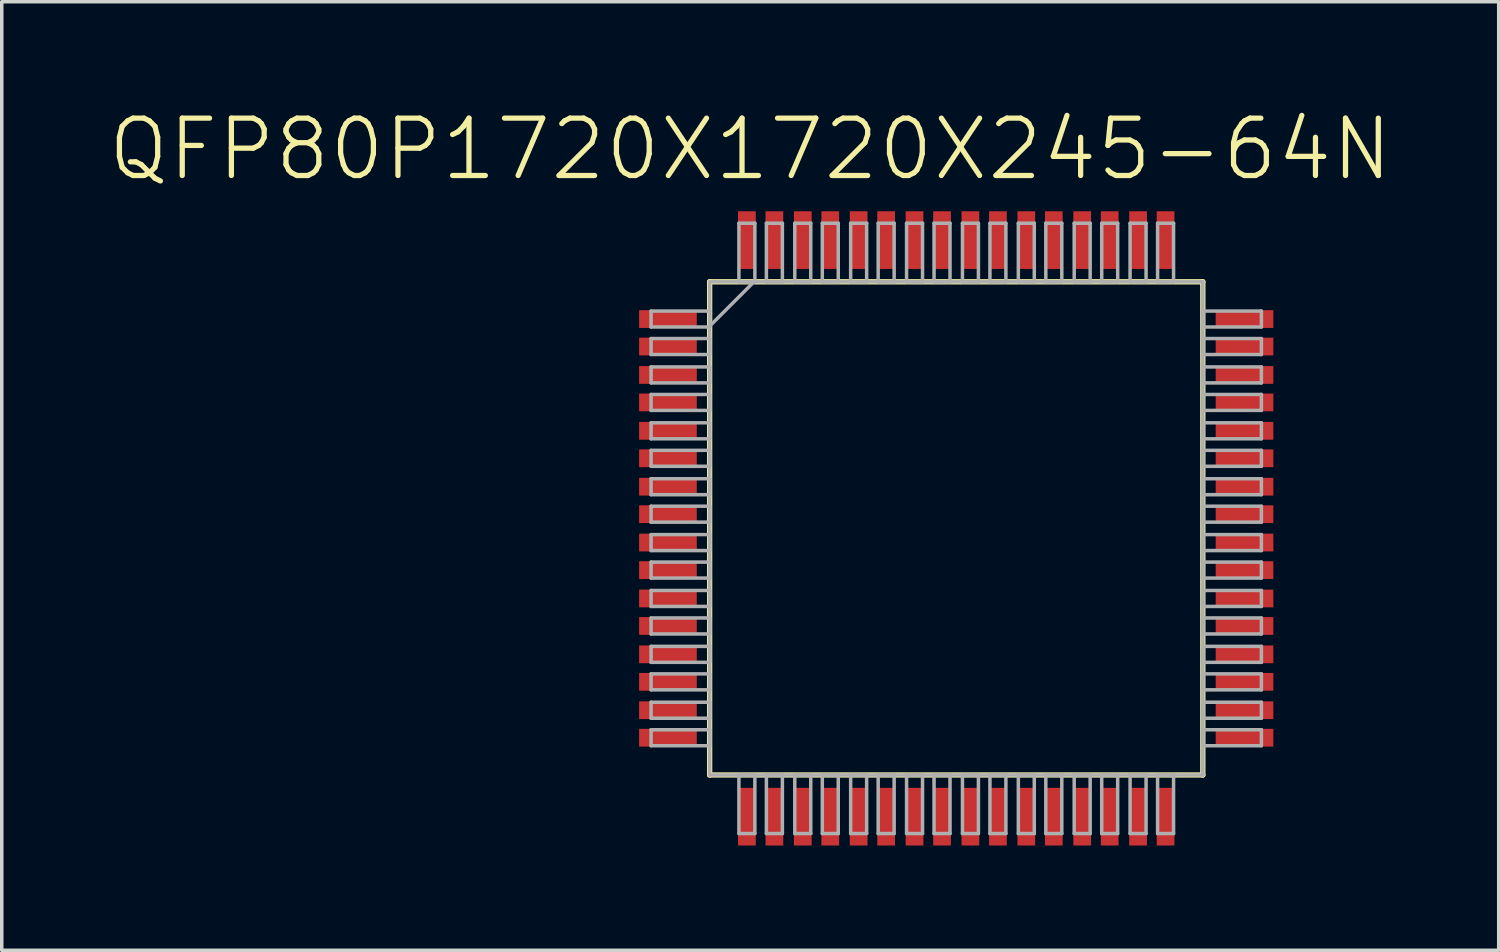
<source format=kicad_pcb>
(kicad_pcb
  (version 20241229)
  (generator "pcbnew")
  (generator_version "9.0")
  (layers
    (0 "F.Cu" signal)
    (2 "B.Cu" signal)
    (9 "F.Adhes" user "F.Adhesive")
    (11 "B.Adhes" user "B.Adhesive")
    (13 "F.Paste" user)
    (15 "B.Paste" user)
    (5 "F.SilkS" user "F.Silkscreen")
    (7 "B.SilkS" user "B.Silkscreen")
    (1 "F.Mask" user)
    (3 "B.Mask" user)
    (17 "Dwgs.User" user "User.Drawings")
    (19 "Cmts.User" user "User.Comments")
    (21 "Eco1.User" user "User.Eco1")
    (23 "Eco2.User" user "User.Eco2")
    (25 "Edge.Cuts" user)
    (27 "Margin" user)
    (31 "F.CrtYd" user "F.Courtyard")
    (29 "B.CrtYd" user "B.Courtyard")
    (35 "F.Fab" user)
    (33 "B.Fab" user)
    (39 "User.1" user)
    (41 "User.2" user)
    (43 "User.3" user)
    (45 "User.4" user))
  (footprint "QFP80P1720X1720X245-64N"
    (layer "F.Cu")
    (at 24.331 12.08)
    (property "Reference" "QFP80P1720X1720X245-64N" (at -5.899 -10.857 0) (layer "F.SilkS") (effects (font (size 1.642 1.642) (thickness 0.15))))
    (attr smd)
    (fp_line (start -7.061 -7.061) (end -7.061 7.061) (stroke (width 0.152) (type solid)) (layer "F.SilkS"))
    (fp_line (start -7.061 7.061) (end 7.061 7.061) (stroke (width 0.152) (type solid)) (layer "F.SilkS"))
    (fp_line (start 7.061 -7.061) (end -7.061 -7.061) (stroke (width 0.152) (type solid)) (layer "F.SilkS"))
    (fp_line (start 7.061 7.061) (end 7.061 -7.061) (stroke (width 0.152) (type solid)) (layer "F.SilkS"))
    (fp_line (start -8.738 -6.223) (end -8.738 -5.766) (stroke (width 0.1) (type solid)) (layer "F.Fab"))
    (fp_line (start -8.738 -5.766) (end -7.061 -5.766) (stroke (width 0.1) (type solid)) (layer "F.Fab"))
    (fp_line (start -8.738 -5.436) (end -8.738 -4.978) (stroke (width 0.1) (type solid)) (layer "F.Fab"))
    (fp_line (start -8.738 -4.978) (end -7.061 -4.978) (stroke (width 0.1) (type solid)) (layer "F.Fab"))
    (fp_line (start -8.738 -4.623) (end -8.738 -4.166) (stroke (width 0.1) (type solid)) (layer "F.Fab"))
    (fp_line (start -8.738 -4.166) (end -7.061 -4.166) (stroke (width 0.1) (type solid)) (layer "F.Fab"))
    (fp_line (start -8.738 -3.835) (end -8.738 -3.378) (stroke (width 0.1) (type solid)) (layer "F.Fab"))
    (fp_line (start -8.738 -3.378) (end -7.061 -3.378) (stroke (width 0.1) (type solid)) (layer "F.Fab"))
    (fp_line (start -8.738 -3.023) (end -8.738 -2.565) (stroke (width 0.1) (type solid)) (layer "F.Fab"))
    (fp_line (start -8.738 -2.565) (end -7.061 -2.565) (stroke (width 0.1) (type solid)) (layer "F.Fab"))
    (fp_line (start -8.738 -2.235) (end -8.738 -1.778) (stroke (width 0.1) (type solid)) (layer "F.Fab"))
    (fp_line (start -8.738 -1.778) (end -7.061 -1.778) (stroke (width 0.1) (type solid)) (layer "F.Fab"))
    (fp_line (start -8.738 -1.422) (end -8.738 -0.965) (stroke (width 0.1) (type solid)) (layer "F.Fab"))
    (fp_line (start -8.738 -0.965) (end -7.061 -0.965) (stroke (width 0.1) (type solid)) (layer "F.Fab"))
    (fp_line (start -8.738 -0.635) (end -8.738 -0.178) (stroke (width 0.1) (type solid)) (layer "F.Fab"))
    (fp_line (start -8.738 -0.178) (end -7.061 -0.178) (stroke (width 0.1) (type solid)) (layer "F.Fab"))
    (fp_line (start -8.738 0.178) (end -8.738 0.635) (stroke (width 0.1) (type solid)) (layer "F.Fab"))
    (fp_line (start -8.738 0.635) (end -7.061 0.635) (stroke (width 0.1) (type solid)) (layer "F.Fab"))
    (fp_line (start -8.738 0.965) (end -8.738 1.422) (stroke (width 0.1) (type solid)) (layer "F.Fab"))
    (fp_line (start -8.738 1.422) (end -7.061 1.422) (stroke (width 0.1) (type solid)) (layer "F.Fab"))
    (fp_line (start -8.738 1.778) (end -8.738 2.235) (stroke (width 0.1) (type solid)) (layer "F.Fab"))
    (fp_line (start -8.738 2.235) (end -7.061 2.235) (stroke (width 0.1) (type solid)) (layer "F.Fab"))
    (fp_line (start -8.738 2.565) (end -8.738 3.023) (stroke (width 0.1) (type solid)) (layer "F.Fab"))
    (fp_line (start -8.738 3.023) (end -7.061 3.023) (stroke (width 0.1) (type solid)) (layer "F.Fab"))
    (fp_line (start -8.738 3.378) (end -8.738 3.835) (stroke (width 0.1) (type solid)) (layer "F.Fab"))
    (fp_line (start -8.738 3.835) (end -7.061 3.835) (stroke (width 0.1) (type solid)) (layer "F.Fab"))
    (fp_line (start -8.738 4.166) (end -8.738 4.623) (stroke (width 0.1) (type solid)) (layer "F.Fab"))
    (fp_line (start -8.738 4.623) (end -7.061 4.623) (stroke (width 0.1) (type solid)) (layer "F.Fab"))
    (fp_line (start -8.738 4.978) (end -8.738 5.436) (stroke (width 0.1) (type solid)) (layer "F.Fab"))
    (fp_line (start -8.738 5.436) (end -7.061 5.436) (stroke (width 0.1) (type solid)) (layer "F.Fab"))
    (fp_line (start -8.738 5.766) (end -8.738 6.223) (stroke (width 0.1) (type solid)) (layer "F.Fab"))
    (fp_line (start -8.738 6.223) (end -7.061 6.223) (stroke (width 0.1) (type solid)) (layer "F.Fab"))
    (fp_line (start -7.061 -7.061) (end -7.061 7.061) (stroke (width 0.1) (type solid)) (layer "F.Fab"))
    (fp_line (start -7.061 -6.223) (end -8.738 -6.223) (stroke (width 0.1) (type solid)) (layer "F.Fab"))
    (fp_line (start -7.061 -5.791) (end -7.061 -6.223) (stroke (width 0.1) (type solid)) (layer "F.Fab"))
    (fp_line (start -7.061 -5.791) (end -5.791 -7.061) (stroke (width 0.1) (type solid)) (layer "F.Fab"))
    (fp_line (start -7.061 -5.766) (end -7.061 -5.791) (stroke (width 0.1) (type solid)) (layer "F.Fab"))
    (fp_line (start -7.061 -5.436) (end -8.738 -5.436) (stroke (width 0.1) (type solid)) (layer "F.Fab"))
    (fp_line (start -7.061 -4.978) (end -7.061 -5.436) (stroke (width 0.1) (type solid)) (layer "F.Fab"))
    (fp_line (start -7.061 -4.623) (end -8.738 -4.623) (stroke (width 0.1) (type solid)) (layer "F.Fab"))
    (fp_line (start -7.061 -4.166) (end -7.061 -4.623) (stroke (width 0.1) (type solid)) (layer "F.Fab"))
    (fp_line (start -7.061 -3.835) (end -8.738 -3.835) (stroke (width 0.1) (type solid)) (layer "F.Fab"))
    (fp_line (start -7.061 -3.378) (end -7.061 -3.835) (stroke (width 0.1) (type solid)) (layer "F.Fab"))
    (fp_line (start -7.061 -3.023) (end -8.738 -3.023) (stroke (width 0.1) (type solid)) (layer "F.Fab"))
    (fp_line (start -7.061 -2.565) (end -7.061 -3.023) (stroke (width 0.1) (type solid)) (layer "F.Fab"))
    (fp_line (start -7.061 -2.235) (end -8.738 -2.235) (stroke (width 0.1) (type solid)) (layer "F.Fab"))
    (fp_line (start -7.061 -1.778) (end -7.061 -2.235) (stroke (width 0.1) (type solid)) (layer "F.Fab"))
    (fp_line (start -7.061 -1.422) (end -8.738 -1.422) (stroke (width 0.1) (type solid)) (layer "F.Fab"))
    (fp_line (start -7.061 -0.965) (end -7.061 -1.422) (stroke (width 0.1) (type solid)) (layer "F.Fab"))
    (fp_line (start -7.061 -0.635) (end -8.738 -0.635) (stroke (width 0.1) (type solid)) (layer "F.Fab"))
    (fp_line (start -7.061 -0.178) (end -7.061 -0.635) (stroke (width 0.1) (type solid)) (layer "F.Fab"))
    (fp_line (start -7.061 0.178) (end -8.738 0.178) (stroke (width 0.1) (type solid)) (layer "F.Fab"))
    (fp_line (start -7.061 0.635) (end -7.061 0.178) (stroke (width 0.1) (type solid)) (layer "F.Fab"))
    (fp_line (start -7.061 0.965) (end -8.738 0.965) (stroke (width 0.1) (type solid)) (layer "F.Fab"))
    (fp_line (start -7.061 1.422) (end -7.061 0.965) (stroke (width 0.1) (type solid)) (layer "F.Fab"))
    (fp_line (start -7.061 1.778) (end -8.738 1.778) (stroke (width 0.1) (type solid)) (layer "F.Fab"))
    (fp_line (start -7.061 2.235) (end -7.061 1.778) (stroke (width 0.1) (type solid)) (layer "F.Fab"))
    (fp_line (start -7.061 2.565) (end -8.738 2.565) (stroke (width 0.1) (type solid)) (layer "F.Fab"))
    (fp_line (start -7.061 3.023) (end -7.061 2.565) (stroke (width 0.1) (type solid)) (layer "F.Fab"))
    (fp_line (start -7.061 3.378) (end -8.738 3.378) (stroke (width 0.1) (type solid)) (layer "F.Fab"))
    (fp_line (start -7.061 3.835) (end -7.061 3.378) (stroke (width 0.1) (type solid)) (layer "F.Fab"))
    (fp_line (start -7.061 4.166) (end -8.738 4.166) (stroke (width 0.1) (type solid)) (layer "F.Fab"))
    (fp_line (start -7.061 4.623) (end -7.061 4.166) (stroke (width 0.1) (type solid)) (layer "F.Fab"))
    (fp_line (start -7.061 4.978) (end -8.738 4.978) (stroke (width 0.1) (type solid)) (layer "F.Fab"))
    (fp_line (start -7.061 5.436) (end -7.061 4.978) (stroke (width 0.1) (type solid)) (layer "F.Fab"))
    (fp_line (start -7.061 5.766) (end -8.738 5.766) (stroke (width 0.1) (type solid)) (layer "F.Fab"))
    (fp_line (start -7.061 6.223) (end -7.061 5.766) (stroke (width 0.1) (type solid)) (layer "F.Fab"))
    (fp_line (start -7.061 7.061) (end 7.061 7.061) (stroke (width 0.1) (type solid)) (layer "F.Fab"))
    (fp_line (start -6.223 -8.738) (end -6.223 -7.061) (stroke (width 0.1) (type solid)) (layer "F.Fab"))
    (fp_line (start -6.223 -7.061) (end -5.791 -7.061) (stroke (width 0.1) (type solid)) (layer "F.Fab"))
    (fp_line (start -6.223 7.061) (end -6.223 8.738) (stroke (width 0.1) (type solid)) (layer "F.Fab"))
    (fp_line (start -6.223 8.738) (end -5.766 8.738) (stroke (width 0.1) (type solid)) (layer "F.Fab"))
    (fp_line (start -5.791 -7.061) (end -5.766 -7.061) (stroke (width 0.1) (type solid)) (layer "F.Fab"))
    (fp_line (start -5.766 -8.738) (end -6.223 -8.738) (stroke (width 0.1) (type solid)) (layer "F.Fab"))
    (fp_line (start -5.766 -7.061) (end -5.766 -8.738) (stroke (width 0.1) (type solid)) (layer "F.Fab"))
    (fp_line (start -5.766 7.061) (end -6.223 7.061) (stroke (width 0.1) (type solid)) (layer "F.Fab"))
    (fp_line (start -5.766 8.738) (end -5.766 7.061) (stroke (width 0.1) (type solid)) (layer "F.Fab"))
    (fp_line (start -5.436 -8.738) (end -5.436 -7.061) (stroke (width 0.1) (type solid)) (layer "F.Fab"))
    (fp_line (start -5.436 -7.061) (end -4.978 -7.061) (stroke (width 0.1) (type solid)) (layer "F.Fab"))
    (fp_line (start -5.436 7.061) (end -5.436 8.738) (stroke (width 0.1) (type solid)) (layer "F.Fab"))
    (fp_line (start -5.436 8.738) (end -4.978 8.738) (stroke (width 0.1) (type solid)) (layer "F.Fab"))
    (fp_line (start -4.978 -8.738) (end -5.436 -8.738) (stroke (width 0.1) (type solid)) (layer "F.Fab"))
    (fp_line (start -4.978 -7.061) (end -4.978 -8.738) (stroke (width 0.1) (type solid)) (layer "F.Fab"))
    (fp_line (start -4.978 7.061) (end -5.436 7.061) (stroke (width 0.1) (type solid)) (layer "F.Fab"))
    (fp_line (start -4.978 8.738) (end -4.978 7.061) (stroke (width 0.1) (type solid)) (layer "F.Fab"))
    (fp_line (start -4.623 -8.738) (end -4.623 -7.061) (stroke (width 0.1) (type solid)) (layer "F.Fab"))
    (fp_line (start -4.623 -7.061) (end -4.166 -7.061) (stroke (width 0.1) (type solid)) (layer "F.Fab"))
    (fp_line (start -4.623 7.061) (end -4.623 8.738) (stroke (width 0.1) (type solid)) (layer "F.Fab"))
    (fp_line (start -4.623 8.738) (end -4.166 8.738) (stroke (width 0.1) (type solid)) (layer "F.Fab"))
    (fp_line (start -4.166 -8.738) (end -4.623 -8.738) (stroke (width 0.1) (type solid)) (layer "F.Fab"))
    (fp_line (start -4.166 -7.061) (end -4.166 -8.738) (stroke (width 0.1) (type solid)) (layer "F.Fab"))
    (fp_line (start -4.166 7.061) (end -4.623 7.061) (stroke (width 0.1) (type solid)) (layer "F.Fab"))
    (fp_line (start -4.166 8.738) (end -4.166 7.061) (stroke (width 0.1) (type solid)) (layer "F.Fab"))
    (fp_line (start -3.835 -8.738) (end -3.835 -7.061) (stroke (width 0.1) (type solid)) (layer "F.Fab"))
    (fp_line (start -3.835 -7.061) (end -3.378 -7.061) (stroke (width 0.1) (type solid)) (layer "F.Fab"))
    (fp_line (start -3.835 7.061) (end -3.835 8.738) (stroke (width 0.1) (type solid)) (layer "F.Fab"))
    (fp_line (start -3.835 8.738) (end -3.378 8.738) (stroke (width 0.1) (type solid)) (layer "F.Fab"))
    (fp_line (start -3.378 -8.738) (end -3.835 -8.738) (stroke (width 0.1) (type solid)) (layer "F.Fab"))
    (fp_line (start -3.378 -7.061) (end -3.378 -8.738) (stroke (width 0.1) (type solid)) (layer "F.Fab"))
    (fp_line (start -3.378 7.061) (end -3.835 7.061) (stroke (width 0.1) (type solid)) (layer "F.Fab"))
    (fp_line (start -3.378 8.738) (end -3.378 7.061) (stroke (width 0.1) (type solid)) (layer "F.Fab"))
    (fp_line (start -3.023 -8.738) (end -3.023 -7.061) (stroke (width 0.1) (type solid)) (layer "F.Fab"))
    (fp_line (start -3.023 -7.061) (end -2.565 -7.061) (stroke (width 0.1) (type solid)) (layer "F.Fab"))
    (fp_line (start -3.023 7.061) (end -3.023 8.738) (stroke (width 0.1) (type solid)) (layer "F.Fab"))
    (fp_line (start -3.023 8.738) (end -2.565 8.738) (stroke (width 0.1) (type solid)) (layer "F.Fab"))
    (fp_line (start -2.565 -8.738) (end -3.023 -8.738) (stroke (width 0.1) (type solid)) (layer "F.Fab"))
    (fp_line (start -2.565 -7.061) (end -2.565 -8.738) (stroke (width 0.1) (type solid)) (layer "F.Fab"))
    (fp_line (start -2.565 7.061) (end -3.023 7.061) (stroke (width 0.1) (type solid)) (layer "F.Fab"))
    (fp_line (start -2.565 8.738) (end -2.565 7.061) (stroke (width 0.1) (type solid)) (layer "F.Fab"))
    (fp_line (start -2.235 -8.738) (end -2.235 -7.061) (stroke (width 0.1) (type solid)) (layer "F.Fab"))
    (fp_line (start -2.235 -7.061) (end -1.778 -7.061) (stroke (width 0.1) (type solid)) (layer "F.Fab"))
    (fp_line (start -2.235 7.061) (end -2.235 8.738) (stroke (width 0.1) (type solid)) (layer "F.Fab"))
    (fp_line (start -2.235 8.738) (end -1.778 8.738) (stroke (width 0.1) (type solid)) (layer "F.Fab"))
    (fp_line (start -1.778 -8.738) (end -2.235 -8.738) (stroke (width 0.1) (type solid)) (layer "F.Fab"))
    (fp_line (start -1.778 -7.061) (end -1.778 -8.738) (stroke (width 0.1) (type solid)) (layer "F.Fab"))
    (fp_line (start -1.778 7.061) (end -2.235 7.061) (stroke (width 0.1) (type solid)) (layer "F.Fab"))
    (fp_line (start -1.778 8.738) (end -1.778 7.061) (stroke (width 0.1) (type solid)) (layer "F.Fab"))
    (fp_line (start -1.422 -8.738) (end -1.422 -7.061) (stroke (width 0.1) (type solid)) (layer "F.Fab"))
    (fp_line (start -1.422 -7.061) (end -0.965 -7.061) (stroke (width 0.1) (type solid)) (layer "F.Fab"))
    (fp_line (start -1.422 7.061) (end -1.422 8.738) (stroke (width 0.1) (type solid)) (layer "F.Fab"))
    (fp_line (start -1.422 8.738) (end -0.965 8.738) (stroke (width 0.1) (type solid)) (layer "F.Fab"))
    (fp_line (start -0.965 -8.738) (end -1.422 -8.738) (stroke (width 0.1) (type solid)) (layer "F.Fab"))
    (fp_line (start -0.965 -7.061) (end -0.965 -8.738) (stroke (width 0.1) (type solid)) (layer "F.Fab"))
    (fp_line (start -0.965 7.061) (end -1.422 7.061) (stroke (width 0.1) (type solid)) (layer "F.Fab"))
    (fp_line (start -0.965 8.738) (end -0.965 7.061) (stroke (width 0.1) (type solid)) (layer "F.Fab"))
    (fp_line (start -0.635 -8.738) (end -0.635 -7.061) (stroke (width 0.1) (type solid)) (layer "F.Fab"))
    (fp_line (start -0.635 -7.061) (end -0.178 -7.061) (stroke (width 0.1) (type solid)) (layer "F.Fab"))
    (fp_line (start -0.635 7.061) (end -0.635 8.738) (stroke (width 0.1) (type solid)) (layer "F.Fab"))
    (fp_line (start -0.635 8.738) (end -0.178 8.738) (stroke (width 0.1) (type solid)) (layer "F.Fab"))
    (fp_line (start -0.178 -8.738) (end -0.635 -8.738) (stroke (width 0.1) (type solid)) (layer "F.Fab"))
    (fp_line (start -0.178 -7.061) (end -0.178 -8.738) (stroke (width 0.1) (type solid)) (layer "F.Fab"))
    (fp_line (start -0.178 7.061) (end -0.635 7.061) (stroke (width 0.1) (type solid)) (layer "F.Fab"))
    (fp_line (start -0.178 8.738) (end -0.178 7.061) (stroke (width 0.1) (type solid)) (layer "F.Fab"))
    (fp_line (start 0.178 -8.738) (end 0.178 -7.061) (stroke (width 0.1) (type solid)) (layer "F.Fab"))
    (fp_line (start 0.178 -7.061) (end 0.635 -7.061) (stroke (width 0.1) (type solid)) (layer "F.Fab"))
    (fp_line (start 0.178 7.061) (end 0.178 8.738) (stroke (width 0.1) (type solid)) (layer "F.Fab"))
    (fp_line (start 0.178 8.738) (end 0.635 8.738) (stroke (width 0.1) (type solid)) (layer "F.Fab"))
    (fp_line (start 0.635 -8.738) (end 0.178 -8.738) (stroke (width 0.1) (type solid)) (layer "F.Fab"))
    (fp_line (start 0.635 -7.061) (end 0.635 -8.738) (stroke (width 0.1) (type solid)) (layer "F.Fab"))
    (fp_line (start 0.635 7.061) (end 0.178 7.061) (stroke (width 0.1) (type solid)) (layer "F.Fab"))
    (fp_line (start 0.635 8.738) (end 0.635 7.061) (stroke (width 0.1) (type solid)) (layer "F.Fab"))
    (fp_line (start 0.965 -8.738) (end 0.965 -7.061) (stroke (width 0.1) (type solid)) (layer "F.Fab"))
    (fp_line (start 0.965 -7.061) (end 1.422 -7.061) (stroke (width 0.1) (type solid)) (layer "F.Fab"))
    (fp_line (start 0.965 7.061) (end 0.965 8.738) (stroke (width 0.1) (type solid)) (layer "F.Fab"))
    (fp_line (start 0.965 8.738) (end 1.422 8.738) (stroke (width 0.1) (type solid)) (layer "F.Fab"))
    (fp_line (start 1.422 -8.738) (end 0.965 -8.738) (stroke (width 0.1) (type solid)) (layer "F.Fab"))
    (fp_line (start 1.422 -7.061) (end 1.422 -8.738) (stroke (width 0.1) (type solid)) (layer "F.Fab"))
    (fp_line (start 1.422 7.061) (end 0.965 7.061) (stroke (width 0.1) (type solid)) (layer "F.Fab"))
    (fp_line (start 1.422 8.738) (end 1.422 7.061) (stroke (width 0.1) (type solid)) (layer "F.Fab"))
    (fp_line (start 1.778 -8.738) (end 1.778 -7.061) (stroke (width 0.1) (type solid)) (layer "F.Fab"))
    (fp_line (start 1.778 -7.061) (end 2.235 -7.061) (stroke (width 0.1) (type solid)) (layer "F.Fab"))
    (fp_line (start 1.778 7.061) (end 1.778 8.738) (stroke (width 0.1) (type solid)) (layer "F.Fab"))
    (fp_line (start 1.778 8.738) (end 2.235 8.738) (stroke (width 0.1) (type solid)) (layer "F.Fab"))
    (fp_line (start 2.235 -8.738) (end 1.778 -8.738) (stroke (width 0.1) (type solid)) (layer "F.Fab"))
    (fp_line (start 2.235 -7.061) (end 2.235 -8.738) (stroke (width 0.1) (type solid)) (layer "F.Fab"))
    (fp_line (start 2.235 7.061) (end 1.778 7.061) (stroke (width 0.1) (type solid)) (layer "F.Fab"))
    (fp_line (start 2.235 8.738) (end 2.235 7.061) (stroke (width 0.1) (type solid)) (layer "F.Fab"))
    (fp_line (start 2.565 -8.738) (end 2.565 -7.061) (stroke (width 0.1) (type solid)) (layer "F.Fab"))
    (fp_line (start 2.565 -7.061) (end 3.023 -7.061) (stroke (width 0.1) (type solid)) (layer "F.Fab"))
    (fp_line (start 2.565 7.061) (end 2.565 8.738) (stroke (width 0.1) (type solid)) (layer "F.Fab"))
    (fp_line (start 2.565 8.738) (end 3.023 8.738) (stroke (width 0.1) (type solid)) (layer "F.Fab"))
    (fp_line (start 3.023 -8.738) (end 2.565 -8.738) (stroke (width 0.1) (type solid)) (layer "F.Fab"))
    (fp_line (start 3.023 -7.061) (end 3.023 -8.738) (stroke (width 0.1) (type solid)) (layer "F.Fab"))
    (fp_line (start 3.023 7.061) (end 2.565 7.061) (stroke (width 0.1) (type solid)) (layer "F.Fab"))
    (fp_line (start 3.023 8.738) (end 3.023 7.061) (stroke (width 0.1) (type solid)) (layer "F.Fab"))
    (fp_line (start 3.378 -8.738) (end 3.378 -7.061) (stroke (width 0.1) (type solid)) (layer "F.Fab"))
    (fp_line (start 3.378 -7.061) (end 3.835 -7.061) (stroke (width 0.1) (type solid)) (layer "F.Fab"))
    (fp_line (start 3.378 7.061) (end 3.378 8.738) (stroke (width 0.1) (type solid)) (layer "F.Fab"))
    (fp_line (start 3.378 8.738) (end 3.835 8.738) (stroke (width 0.1) (type solid)) (layer "F.Fab"))
    (fp_line (start 3.835 -8.738) (end 3.378 -8.738) (stroke (width 0.1) (type solid)) (layer "F.Fab"))
    (fp_line (start 3.835 -7.061) (end 3.835 -8.738) (stroke (width 0.1) (type solid)) (layer "F.Fab"))
    (fp_line (start 3.835 7.061) (end 3.378 7.061) (stroke (width 0.1) (type solid)) (layer "F.Fab"))
    (fp_line (start 3.835 8.738) (end 3.835 7.061) (stroke (width 0.1) (type solid)) (layer "F.Fab"))
    (fp_line (start 4.166 -8.738) (end 4.166 -7.061) (stroke (width 0.1) (type solid)) (layer "F.Fab"))
    (fp_line (start 4.166 -7.061) (end 4.623 -7.061) (stroke (width 0.1) (type solid)) (layer "F.Fab"))
    (fp_line (start 4.166 7.061) (end 4.166 8.738) (stroke (width 0.1) (type solid)) (layer "F.Fab"))
    (fp_line (start 4.166 8.738) (end 4.623 8.738) (stroke (width 0.1) (type solid)) (layer "F.Fab"))
    (fp_line (start 4.623 -8.738) (end 4.166 -8.738) (stroke (width 0.1) (type solid)) (layer "F.Fab"))
    (fp_line (start 4.623 -7.061) (end 4.623 -8.738) (stroke (width 0.1) (type solid)) (layer "F.Fab"))
    (fp_line (start 4.623 7.061) (end 4.166 7.061) (stroke (width 0.1) (type solid)) (layer "F.Fab"))
    (fp_line (start 4.623 8.738) (end 4.623 7.061) (stroke (width 0.1) (type solid)) (layer "F.Fab"))
    (fp_line (start 4.978 -8.738) (end 4.978 -7.061) (stroke (width 0.1) (type solid)) (layer "F.Fab"))
    (fp_line (start 4.978 -7.061) (end 5.436 -7.061) (stroke (width 0.1) (type solid)) (layer "F.Fab"))
    (fp_line (start 4.978 7.061) (end 4.978 8.738) (stroke (width 0.1) (type solid)) (layer "F.Fab"))
    (fp_line (start 4.978 8.738) (end 5.436 8.738) (stroke (width 0.1) (type solid)) (layer "F.Fab"))
    (fp_line (start 5.436 -8.738) (end 4.978 -8.738) (stroke (width 0.1) (type solid)) (layer "F.Fab"))
    (fp_line (start 5.436 -7.061) (end 5.436 -8.738) (stroke (width 0.1) (type solid)) (layer "F.Fab"))
    (fp_line (start 5.436 7.061) (end 4.978 7.061) (stroke (width 0.1) (type solid)) (layer "F.Fab"))
    (fp_line (start 5.436 8.738) (end 5.436 7.061) (stroke (width 0.1) (type solid)) (layer "F.Fab"))
    (fp_line (start 5.766 -8.738) (end 5.766 -7.061) (stroke (width 0.1) (type solid)) (layer "F.Fab"))
    (fp_line (start 5.766 -7.061) (end 6.223 -7.061) (stroke (width 0.1) (type solid)) (layer "F.Fab"))
    (fp_line (start 5.766 7.061) (end 5.766 8.738) (stroke (width 0.1) (type solid)) (layer "F.Fab"))
    (fp_line (start 5.766 8.738) (end 6.223 8.738) (stroke (width 0.1) (type solid)) (layer "F.Fab"))
    (fp_line (start 6.223 -8.738) (end 5.766 -8.738) (stroke (width 0.1) (type solid)) (layer "F.Fab"))
    (fp_line (start 6.223 -7.061) (end 6.223 -8.738) (stroke (width 0.1) (type solid)) (layer "F.Fab"))
    (fp_line (start 6.223 7.061) (end 5.766 7.061) (stroke (width 0.1) (type solid)) (layer "F.Fab"))
    (fp_line (start 6.223 8.738) (end 6.223 7.061) (stroke (width 0.1) (type solid)) (layer "F.Fab"))
    (fp_line (start 7.061 -7.061) (end -7.061 -7.061) (stroke (width 0.1) (type solid)) (layer "F.Fab"))
    (fp_line (start 7.061 -6.223) (end 7.061 -5.766) (stroke (width 0.1) (type solid)) (layer "F.Fab"))
    (fp_line (start 7.061 -5.766) (end 8.738 -5.766) (stroke (width 0.1) (type solid)) (layer "F.Fab"))
    (fp_line (start 7.061 -5.436) (end 7.061 -4.978) (stroke (width 0.1) (type solid)) (layer "F.Fab"))
    (fp_line (start 7.061 -4.978) (end 8.738 -4.978) (stroke (width 0.1) (type solid)) (layer "F.Fab"))
    (fp_line (start 7.061 -4.623) (end 7.061 -4.166) (stroke (width 0.1) (type solid)) (layer "F.Fab"))
    (fp_line (start 7.061 -4.166) (end 8.738 -4.166) (stroke (width 0.1) (type solid)) (layer "F.Fab"))
    (fp_line (start 7.061 -3.835) (end 7.061 -3.378) (stroke (width 0.1) (type solid)) (layer "F.Fab"))
    (fp_line (start 7.061 -3.378) (end 8.738 -3.378) (stroke (width 0.1) (type solid)) (layer "F.Fab"))
    (fp_line (start 7.061 -3.023) (end 7.061 -2.565) (stroke (width 0.1) (type solid)) (layer "F.Fab"))
    (fp_line (start 7.061 -2.565) (end 8.738 -2.565) (stroke (width 0.1) (type solid)) (layer "F.Fab"))
    (fp_line (start 7.061 -2.235) (end 7.061 -1.778) (stroke (width 0.1) (type solid)) (layer "F.Fab"))
    (fp_line (start 7.061 -1.778) (end 8.738 -1.778) (stroke (width 0.1) (type solid)) (layer "F.Fab"))
    (fp_line (start 7.061 -1.422) (end 7.061 -0.965) (stroke (width 0.1) (type solid)) (layer "F.Fab"))
    (fp_line (start 7.061 -0.965) (end 8.738 -0.965) (stroke (width 0.1) (type solid)) (layer "F.Fab"))
    (fp_line (start 7.061 -0.635) (end 7.061 -0.178) (stroke (width 0.1) (type solid)) (layer "F.Fab"))
    (fp_line (start 7.061 -0.178) (end 8.738 -0.178) (stroke (width 0.1) (type solid)) (layer "F.Fab"))
    (fp_line (start 7.061 0.178) (end 7.061 0.635) (stroke (width 0.1) (type solid)) (layer "F.Fab"))
    (fp_line (start 7.061 0.635) (end 8.738 0.635) (stroke (width 0.1) (type solid)) (layer "F.Fab"))
    (fp_line (start 7.061 0.965) (end 7.061 1.422) (stroke (width 0.1) (type solid)) (layer "F.Fab"))
    (fp_line (start 7.061 1.422) (end 8.738 1.422) (stroke (width 0.1) (type solid)) (layer "F.Fab"))
    (fp_line (start 7.061 1.778) (end 7.061 2.235) (stroke (width 0.1) (type solid)) (layer "F.Fab"))
    (fp_line (start 7.061 2.235) (end 8.738 2.235) (stroke (width 0.1) (type solid)) (layer "F.Fab"))
    (fp_line (start 7.061 2.565) (end 7.061 3.023) (stroke (width 0.1) (type solid)) (layer "F.Fab"))
    (fp_line (start 7.061 3.023) (end 8.738 3.023) (stroke (width 0.1) (type solid)) (layer "F.Fab"))
    (fp_line (start 7.061 3.378) (end 7.061 3.835) (stroke (width 0.1) (type solid)) (layer "F.Fab"))
    (fp_line (start 7.061 3.835) (end 8.738 3.835) (stroke (width 0.1) (type solid)) (layer "F.Fab"))
    (fp_line (start 7.061 4.166) (end 7.061 4.623) (stroke (width 0.1) (type solid)) (layer "F.Fab"))
    (fp_line (start 7.061 4.623) (end 8.738 4.623) (stroke (width 0.1) (type solid)) (layer "F.Fab"))
    (fp_line (start 7.061 4.978) (end 7.061 5.436) (stroke (width 0.1) (type solid)) (layer "F.Fab"))
    (fp_line (start 7.061 5.436) (end 8.738 5.436) (stroke (width 0.1) (type solid)) (layer "F.Fab"))
    (fp_line (start 7.061 5.766) (end 7.061 6.223) (stroke (width 0.1) (type solid)) (layer "F.Fab"))
    (fp_line (start 7.061 6.223) (end 8.738 6.223) (stroke (width 0.1) (type solid)) (layer "F.Fab"))
    (fp_line (start 7.061 7.061) (end 7.061 -7.061) (stroke (width 0.1) (type solid)) (layer "F.Fab"))
    (fp_line (start 8.738 -6.223) (end 7.061 -6.223) (stroke (width 0.1) (type solid)) (layer "F.Fab"))
    (fp_line (start 8.738 -5.766) (end 8.738 -6.223) (stroke (width 0.1) (type solid)) (layer "F.Fab"))
    (fp_line (start 8.738 -5.436) (end 7.061 -5.436) (stroke (width 0.1) (type solid)) (layer "F.Fab"))
    (fp_line (start 8.738 -4.978) (end 8.738 -5.436) (stroke (width 0.1) (type solid)) (layer "F.Fab"))
    (fp_line (start 8.738 -4.623) (end 7.061 -4.623) (stroke (width 0.1) (type solid)) (layer "F.Fab"))
    (fp_line (start 8.738 -4.166) (end 8.738 -4.623) (stroke (width 0.1) (type solid)) (layer "F.Fab"))
    (fp_line (start 8.738 -3.835) (end 7.061 -3.835) (stroke (width 0.1) (type solid)) (layer "F.Fab"))
    (fp_line (start 8.738 -3.378) (end 8.738 -3.835) (stroke (width 0.1) (type solid)) (layer "F.Fab"))
    (fp_line (start 8.738 -3.023) (end 7.061 -3.023) (stroke (width 0.1) (type solid)) (layer "F.Fab"))
    (fp_line (start 8.738 -2.565) (end 8.738 -3.023) (stroke (width 0.1) (type solid)) (layer "F.Fab"))
    (fp_line (start 8.738 -2.235) (end 7.061 -2.235) (stroke (width 0.1) (type solid)) (layer "F.Fab"))
    (fp_line (start 8.738 -1.778) (end 8.738 -2.235) (stroke (width 0.1) (type solid)) (layer "F.Fab"))
    (fp_line (start 8.738 -1.422) (end 7.061 -1.422) (stroke (width 0.1) (type solid)) (layer "F.Fab"))
    (fp_line (start 8.738 -0.965) (end 8.738 -1.422) (stroke (width 0.1) (type solid)) (layer "F.Fab"))
    (fp_line (start 8.738 -0.635) (end 7.061 -0.635) (stroke (width 0.1) (type solid)) (layer "F.Fab"))
    (fp_line (start 8.738 -0.178) (end 8.738 -0.635) (stroke (width 0.1) (type solid)) (layer "F.Fab"))
    (fp_line (start 8.738 0.178) (end 7.061 0.178) (stroke (width 0.1) (type solid)) (layer "F.Fab"))
    (fp_line (start 8.738 0.635) (end 8.738 0.178) (stroke (width 0.1) (type solid)) (layer "F.Fab"))
    (fp_line (start 8.738 0.965) (end 7.061 0.965) (stroke (width 0.1) (type solid)) (layer "F.Fab"))
    (fp_line (start 8.738 1.422) (end 8.738 0.965) (stroke (width 0.1) (type solid)) (layer "F.Fab"))
    (fp_line (start 8.738 1.778) (end 7.061 1.778) (stroke (width 0.1) (type solid)) (layer "F.Fab"))
    (fp_line (start 8.738 2.235) (end 8.738 1.778) (stroke (width 0.1) (type solid)) (layer "F.Fab"))
    (fp_line (start 8.738 2.565) (end 7.061 2.565) (stroke (width 0.1) (type solid)) (layer "F.Fab"))
    (fp_line (start 8.738 3.023) (end 8.738 2.565) (stroke (width 0.1) (type solid)) (layer "F.Fab"))
    (fp_line (start 8.738 3.378) (end 7.061 3.378) (stroke (width 0.1) (type solid)) (layer "F.Fab"))
    (fp_line (start 8.738 3.835) (end 8.738 3.378) (stroke (width 0.1) (type solid)) (layer "F.Fab"))
    (fp_line (start 8.738 4.166) (end 7.061 4.166) (stroke (width 0.1) (type solid)) (layer "F.Fab"))
    (fp_line (start 8.738 4.623) (end 8.738 4.166) (stroke (width 0.1) (type solid)) (layer "F.Fab"))
    (fp_line (start 8.738 4.978) (end 7.061 4.978) (stroke (width 0.1) (type solid)) (layer "F.Fab"))
    (fp_line (start 8.738 5.436) (end 8.738 4.978) (stroke (width 0.1) (type solid)) (layer "F.Fab"))
    (fp_line (start 8.738 5.766) (end 7.061 5.766) (stroke (width 0.1) (type solid)) (layer "F.Fab"))
    (fp_line (start 8.738 6.223) (end 8.738 5.766) (stroke (width 0.1) (type solid)) (layer "F.Fab"))
    (pad "1" smd rect (at -8.255 -5.994 270) (size 0.508 1.651) (layers "F.Cu" "F.Mask" "F.Paste"))
    (pad "2" smd rect (at -8.255 -5.207 270) (size 0.508 1.651) (layers "F.Cu" "F.Mask" "F.Paste"))
    (pad "3" smd rect (at -8.255 -4.394 270) (size 0.508 1.651) (layers "F.Cu" "F.Mask" "F.Paste"))
    (pad "4" smd rect (at -8.255 -3.607 270) (size 0.508 1.651) (layers "F.Cu" "F.Mask" "F.Paste"))
    (pad "5" smd rect (at -8.255 -2.794 270) (size 0.508 1.651) (layers "F.Cu" "F.Mask" "F.Paste"))
    (pad "6" smd rect (at -8.255 -2.007 270) (size 0.508 1.651) (layers "F.Cu" "F.Mask" "F.Paste"))
    (pad "7" smd rect (at -8.255 -1.194 270) (size 0.508 1.651) (layers "F.Cu" "F.Mask" "F.Paste"))
    (pad "8" smd rect (at -8.255 -0.406 270) (size 0.508 1.651) (layers "F.Cu" "F.Mask" "F.Paste"))
    (pad "9" smd rect (at -8.255 0.406 270) (size 0.508 1.651) (layers "F.Cu" "F.Mask" "F.Paste"))
    (pad "10" smd rect (at -8.255 1.194 270) (size 0.508 1.651) (layers "F.Cu" "F.Mask" "F.Paste"))
    (pad "11" smd rect (at -8.255 2.007 270) (size 0.508 1.651) (layers "F.Cu" "F.Mask" "F.Paste"))
    (pad "12" smd rect (at -8.255 2.794 270) (size 0.508 1.651) (layers "F.Cu" "F.Mask" "F.Paste"))
    (pad "13" smd rect (at -8.255 3.607 270) (size 0.508 1.651) (layers "F.Cu" "F.Mask" "F.Paste"))
    (pad "14" smd rect (at -8.255 4.394 270) (size 0.508 1.651) (layers "F.Cu" "F.Mask" "F.Paste"))
    (pad "15" smd rect (at -8.255 5.207 270) (size 0.508 1.651) (layers "F.Cu" "F.Mask" "F.Paste"))
    (pad "16" smd rect (at -8.255 5.994 270) (size 0.508 1.651) (layers "F.Cu" "F.Mask" "F.Paste"))
    (pad "17" smd rect (at -5.994 8.255 180) (size 0.508 1.651) (layers "F.Cu" "F.Mask" "F.Paste"))
    (pad "18" smd rect (at -5.207 8.255 180) (size 0.508 1.651) (layers "F.Cu" "F.Mask" "F.Paste"))
    (pad "19" smd rect (at -4.394 8.255 180) (size 0.508 1.651) (layers "F.Cu" "F.Mask" "F.Paste"))
    (pad "20" smd rect (at -3.607 8.255 180) (size 0.508 1.651) (layers "F.Cu" "F.Mask" "F.Paste"))
    (pad "21" smd rect (at -2.794 8.255 180) (size 0.508 1.651) (layers "F.Cu" "F.Mask" "F.Paste"))
    (pad "22" smd rect (at -2.007 8.255 180) (size 0.508 1.651) (layers "F.Cu" "F.Mask" "F.Paste"))
    (pad "23" smd rect (at -1.194 8.255 180) (size 0.508 1.651) (layers "F.Cu" "F.Mask" "F.Paste"))
    (pad "24" smd rect (at -0.406 8.255 180) (size 0.508 1.651) (layers "F.Cu" "F.Mask" "F.Paste"))
    (pad "25" smd rect (at 0.406 8.255 180) (size 0.508 1.651) (layers "F.Cu" "F.Mask" "F.Paste"))
    (pad "26" smd rect (at 1.194 8.255 180) (size 0.508 1.651) (layers "F.Cu" "F.Mask" "F.Paste"))
    (pad "27" smd rect (at 2.007 8.255 180) (size 0.508 1.651) (layers "F.Cu" "F.Mask" "F.Paste"))
    (pad "28" smd rect (at 2.794 8.255 180) (size 0.508 1.651) (layers "F.Cu" "F.Mask" "F.Paste"))
    (pad "29" smd rect (at 3.607 8.255 180) (size 0.508 1.651) (layers "F.Cu" "F.Mask" "F.Paste"))
    (pad "30" smd rect (at 4.394 8.255 180) (size 0.508 1.651) (layers "F.Cu" "F.Mask" "F.Paste"))
    (pad "31" smd rect (at 5.207 8.255 180) (size 0.508 1.651) (layers "F.Cu" "F.Mask" "F.Paste"))
    (pad "32" smd rect (at 5.994 8.255 180) (size 0.508 1.651) (layers "F.Cu" "F.Mask" "F.Paste"))
    (pad "33" smd rect (at 8.255 5.994 270) (size 0.508 1.651) (layers "F.Cu" "F.Mask" "F.Paste"))
    (pad "34" smd rect (at 8.255 5.207 270) (size 0.508 1.651) (layers "F.Cu" "F.Mask" "F.Paste"))
    (pad "35" smd rect (at 8.255 4.394 270) (size 0.508 1.651) (layers "F.Cu" "F.Mask" "F.Paste"))
    (pad "36" smd rect (at 8.255 3.607 270) (size 0.508 1.651) (layers "F.Cu" "F.Mask" "F.Paste"))
    (pad "37" smd rect (at 8.255 2.794 270) (size 0.508 1.651) (layers "F.Cu" "F.Mask" "F.Paste"))
    (pad "38" smd rect (at 8.255 2.007 270) (size 0.508 1.651) (layers "F.Cu" "F.Mask" "F.Paste"))
    (pad "39" smd rect (at 8.255 1.194 270) (size 0.508 1.651) (layers "F.Cu" "F.Mask" "F.Paste"))
    (pad "40" smd rect (at 8.255 0.406 270) (size 0.508 1.651) (layers "F.Cu" "F.Mask" "F.Paste"))
    (pad "41" smd rect (at 8.255 -0.406 270) (size 0.508 1.651) (layers "F.Cu" "F.Mask" "F.Paste"))
    (pad "42" smd rect (at 8.255 -1.194 270) (size 0.508 1.651) (layers "F.Cu" "F.Mask" "F.Paste"))
    (pad "43" smd rect (at 8.255 -2.007 270) (size 0.508 1.651) (layers "F.Cu" "F.Mask" "F.Paste"))
    (pad "44" smd rect (at 8.255 -2.794 270) (size 0.508 1.651) (layers "F.Cu" "F.Mask" "F.Paste"))
    (pad "45" smd rect (at 8.255 -3.607 270) (size 0.508 1.651) (layers "F.Cu" "F.Mask" "F.Paste"))
    (pad "46" smd rect (at 8.255 -4.394 270) (size 0.508 1.651) (layers "F.Cu" "F.Mask" "F.Paste"))
    (pad "47" smd rect (at 8.255 -5.207 270) (size 0.508 1.651) (layers "F.Cu" "F.Mask" "F.Paste"))
    (pad "48" smd rect (at 8.255 -5.994 270) (size 0.508 1.651) (layers "F.Cu" "F.Mask" "F.Paste"))
    (pad "49" smd rect (at 5.994 -8.255 180) (size 0.508 1.651) (layers "F.Cu" "F.Mask" "F.Paste"))
    (pad "50" smd rect (at 5.207 -8.255 180) (size 0.508 1.651) (layers "F.Cu" "F.Mask" "F.Paste"))
    (pad "51" smd rect (at 4.394 -8.255 180) (size 0.508 1.651) (layers "F.Cu" "F.Mask" "F.Paste"))
    (pad "52" smd rect (at 3.607 -8.255 180) (size 0.508 1.651) (layers "F.Cu" "F.Mask" "F.Paste"))
    (pad "53" smd rect (at 2.794 -8.255 180) (size 0.508 1.651) (layers "F.Cu" "F.Mask" "F.Paste"))
    (pad "54" smd rect (at 2.007 -8.255 180) (size 0.508 1.651) (layers "F.Cu" "F.Mask" "F.Paste"))
    (pad "55" smd rect (at 1.194 -8.255 180) (size 0.508 1.651) (layers "F.Cu" "F.Mask" "F.Paste"))
    (pad "56" smd rect (at 0.406 -8.255 180) (size 0.508 1.651) (layers "F.Cu" "F.Mask" "F.Paste"))
    (pad "57" smd rect (at -0.406 -8.255 180) (size 0.508 1.651) (layers "F.Cu" "F.Mask" "F.Paste"))
    (pad "58" smd rect (at -1.194 -8.255 180) (size 0.508 1.651) (layers "F.Cu" "F.Mask" "F.Paste"))
    (pad "59" smd rect (at -2.007 -8.255 180) (size 0.508 1.651) (layers "F.Cu" "F.Mask" "F.Paste"))
    (pad "60" smd rect (at -2.794 -8.255 180) (size 0.508 1.651) (layers "F.Cu" "F.Mask" "F.Paste"))
    (pad "61" smd rect (at -3.607 -8.255 180) (size 0.508 1.651) (layers "F.Cu" "F.Mask" "F.Paste"))
    (pad "62" smd rect (at -4.394 -8.255 180) (size 0.508 1.651) (layers "F.Cu" "F.Mask" "F.Paste"))
    (pad "63" smd rect (at -5.207 -8.255 180) (size 0.508 1.651) (layers "F.Cu" "F.Mask" "F.Paste"))
    (pad "64" smd rect (at -5.994 -8.255 180) (size 0.508 1.651) (layers "F.Cu" "F.Mask" "F.Paste")))
  (gr_rect
    (start -3 -3)
    (end 39.864 24.161)
    (stroke (width 0.1) (type default))
    (fill no)
    (layer "Edge.Cuts")))
</source>
